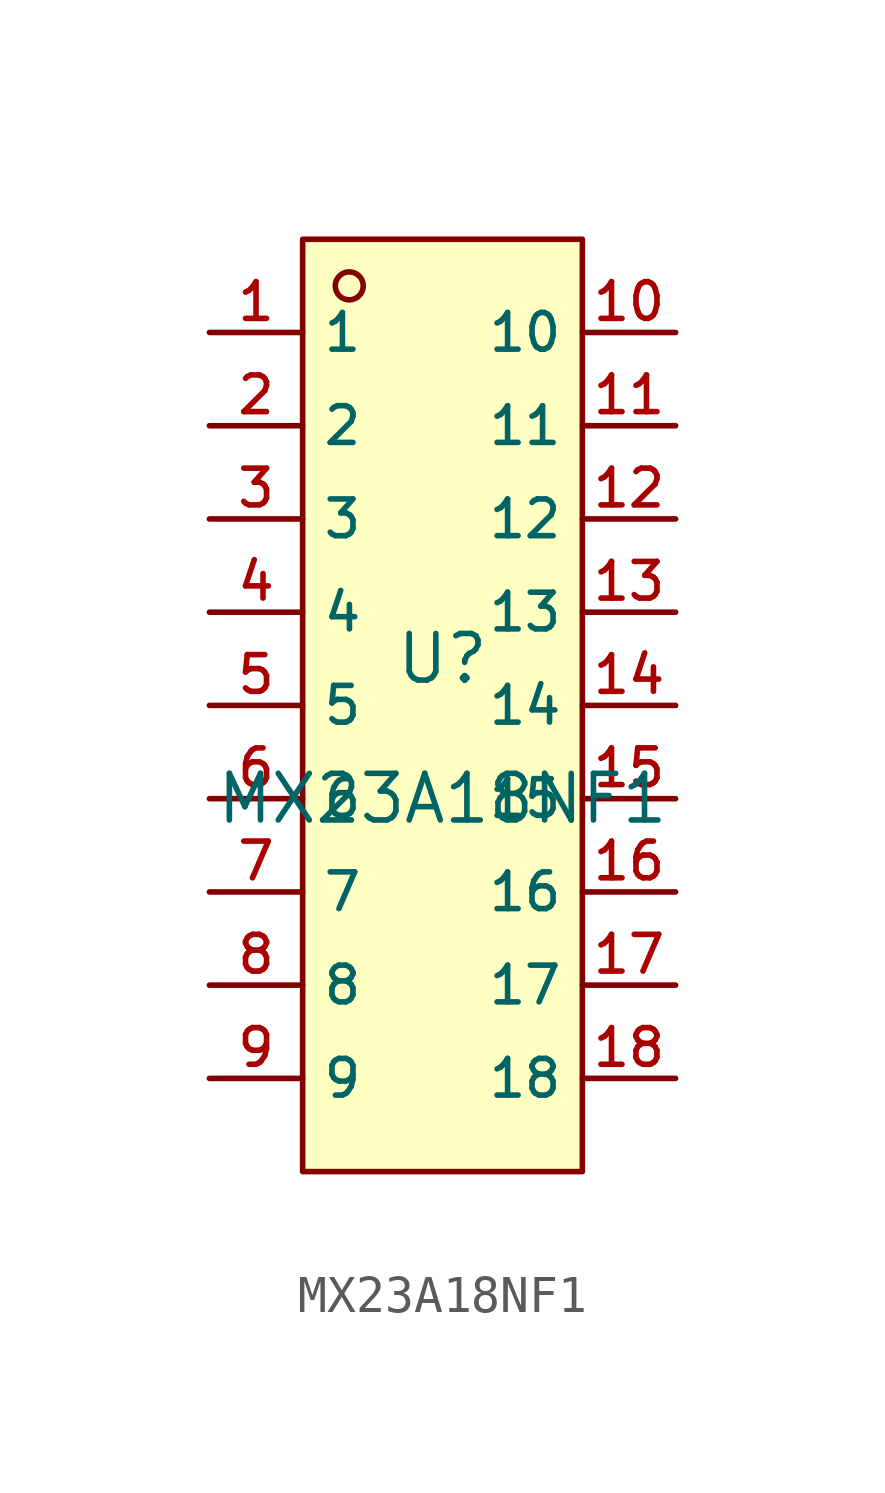
<source format=kicad_sym>
(kicad_symbol_lib
  (version 20210201)
  (generator TousstNicolas/JLC2KiCad_lib)
  (symbol "MX23A18NF1"
    (property "Reference" "U"
      (at 0 1.27 0)
      (effects (font (size 1.27 1.27))))
    (property "Value" "MX23A18NF1"
      (at 0 -2.54 0)
      (effects (font (size 1.27 1.27))))
    (symbol "MX23A18NF1_0_1"
      (rectangle (start -3.81 12.7) (end 3.81 -12.7) (stroke (width 0) (type default) (color 0 0 0 0)) (fill (type background)))
      (circle (center -2.54 11.43) (radius 0.381) (stroke (width 0) (type default) (color 0 0 0 0)) (fill (type background)))
      (pin unspecified line (at -6.35 10.16 0) (length 2.54) (name "1" (effects (font (size 1 1)))) (number "1" (effects (font (size 1 1)))))
      (pin unspecified line (at -6.35 7.62 0) (length 2.54) (name "2" (effects (font (size 1 1)))) (number "2" (effects (font (size 1 1)))))
      (pin unspecified line (at -6.35 5.08 0) (length 2.54) (name "3" (effects (font (size 1 1)))) (number "3" (effects (font (size 1 1)))))
      (pin unspecified line (at -6.35 2.54 0) (length 2.54) (name "4" (effects (font (size 1 1)))) (number "4" (effects (font (size 1 1)))))
      (pin unspecified line (at -6.35 -0.0 0) (length 2.54) (name "5" (effects (font (size 1 1)))) (number "5" (effects (font (size 1 1)))))
      (pin unspecified line (at -6.35 -2.54 0) (length 2.54) (name "6" (effects (font (size 1 1)))) (number "6" (effects (font (size 1 1)))))
      (pin unspecified line (at -6.35 -5.08 0) (length 2.54) (name "7" (effects (font (size 1 1)))) (number "7" (effects (font (size 1 1)))))
      (pin unspecified line (at -6.35 -7.62 0) (length 2.54) (name "8" (effects (font (size 1 1)))) (number "8" (effects (font (size 1 1)))))
      (pin unspecified line (at -6.35 -10.16 0) (length 2.54) (name "9" (effects (font (size 1 1)))) (number "9" (effects (font (size 1 1)))))
      (pin unspecified line (at 6.35 10.16 180) (length 2.54) (name "10" (effects (font (size 1 1)))) (number "10" (effects (font (size 1 1)))))
      (pin unspecified line (at 6.35 7.62 180) (length 2.54) (name "11" (effects (font (size 1 1)))) (number "11" (effects (font (size 1 1)))))
      (pin unspecified line (at 6.35 5.08 180) (length 2.54) (name "12" (effects (font (size 1 1)))) (number "12" (effects (font (size 1 1)))))
      (pin unspecified line (at 6.35 2.54 180) (length 2.54) (name "13" (effects (font (size 1 1)))) (number "13" (effects (font (size 1 1)))))
      (pin unspecified line (at 6.35 -0.0 180) (length 2.54) (name "14" (effects (font (size 1 1)))) (number "14" (effects (font (size 1 1)))))
      (pin unspecified line (at 6.35 -2.54 180) (length 2.54) (name "15" (effects (font (size 1 1)))) (number "15" (effects (font (size 1 1)))))
      (pin unspecified line (at 6.35 -5.08 180) (length 2.54) (name "16" (effects (font (size 1 1)))) (number "16" (effects (font (size 1 1)))))
      (pin unspecified line (at 6.35 -7.62 180) (length 2.54) (name "17" (effects (font (size 1 1)))) (number "17" (effects (font (size 1 1)))))
      (pin unspecified line (at 6.35 -10.16 180) (length 2.54) (name "18" (effects (font (size 1 1)))) (number "18" (effects (font (size 1 1))))))))
</source>
